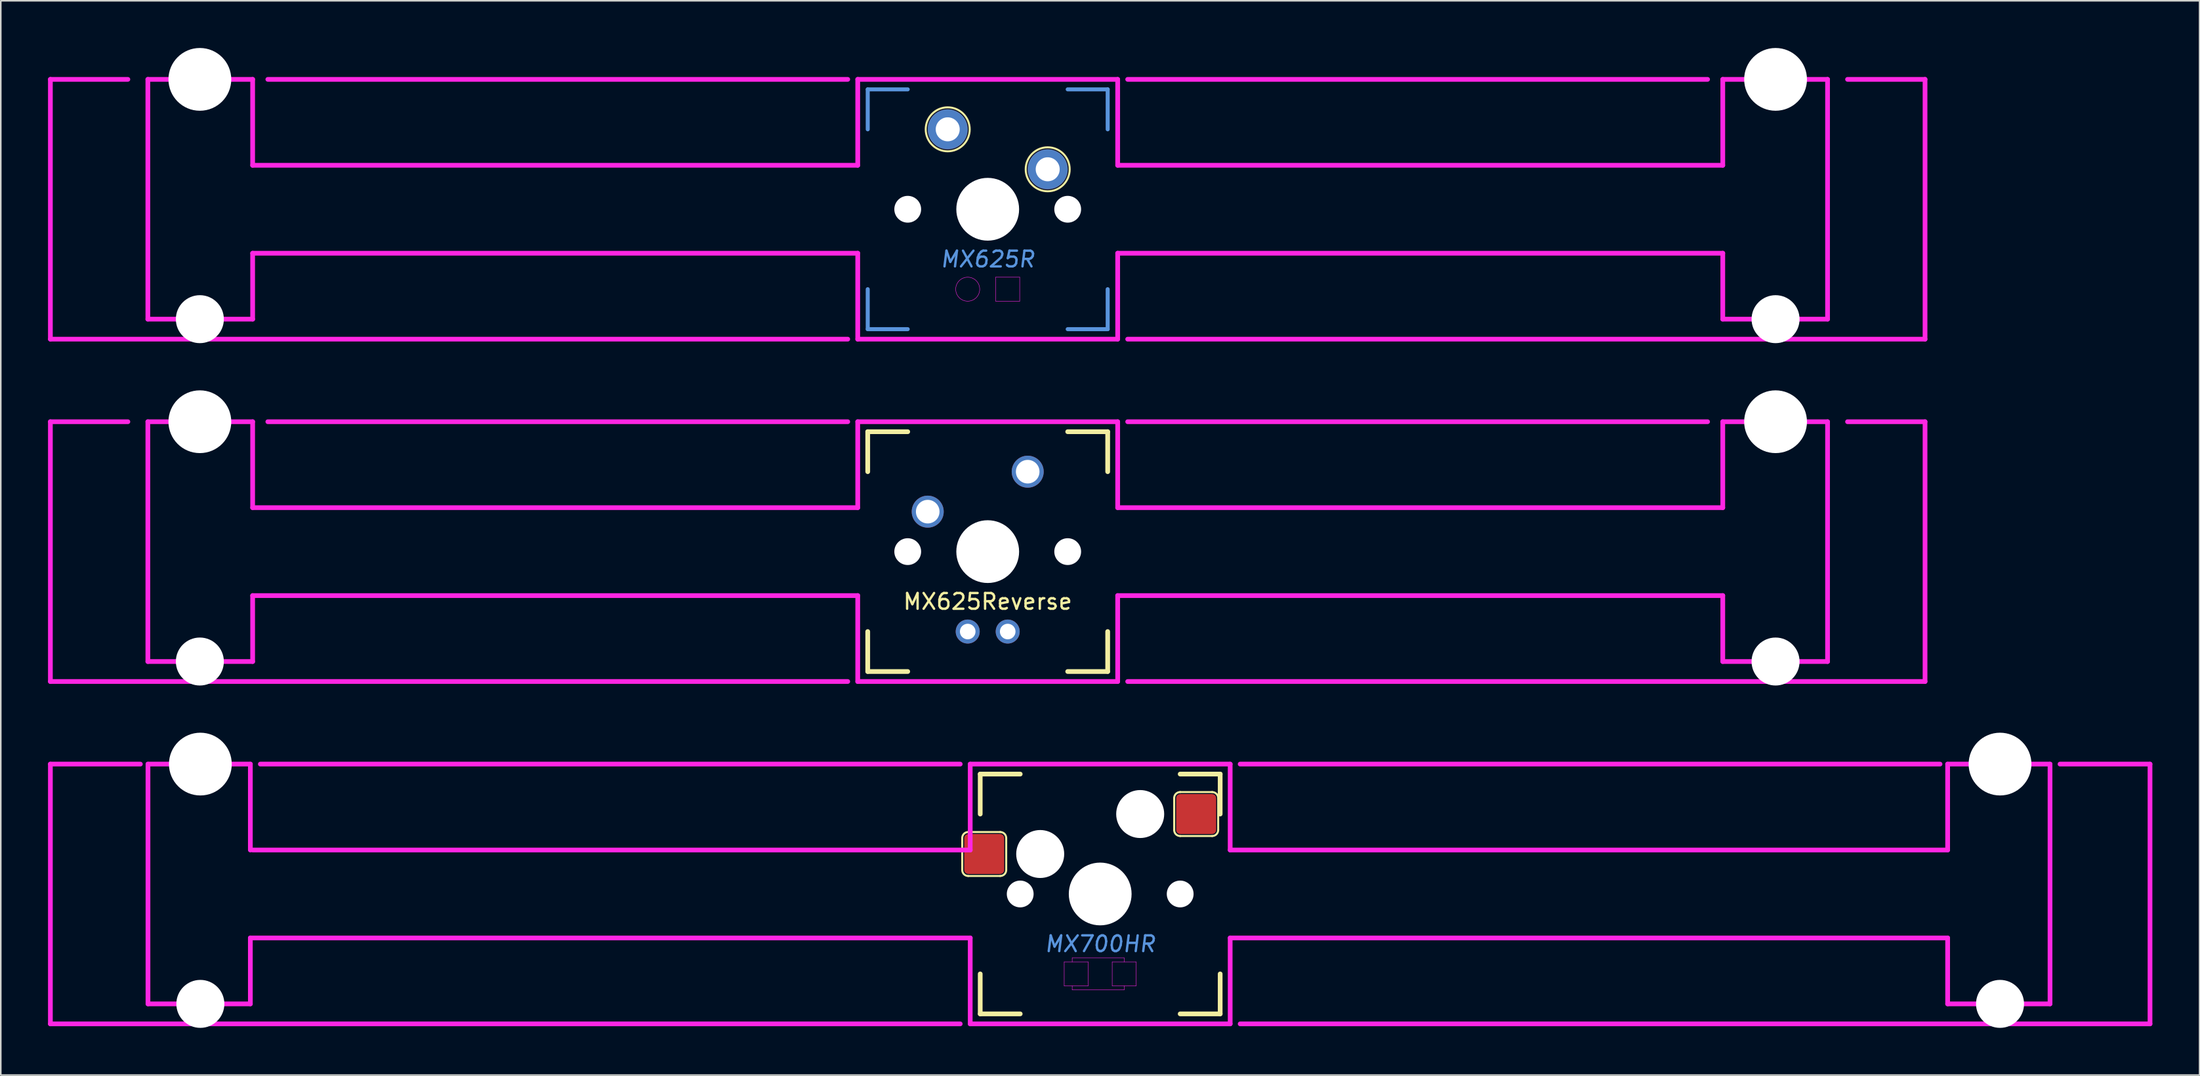
<source format=kicad_pcb>
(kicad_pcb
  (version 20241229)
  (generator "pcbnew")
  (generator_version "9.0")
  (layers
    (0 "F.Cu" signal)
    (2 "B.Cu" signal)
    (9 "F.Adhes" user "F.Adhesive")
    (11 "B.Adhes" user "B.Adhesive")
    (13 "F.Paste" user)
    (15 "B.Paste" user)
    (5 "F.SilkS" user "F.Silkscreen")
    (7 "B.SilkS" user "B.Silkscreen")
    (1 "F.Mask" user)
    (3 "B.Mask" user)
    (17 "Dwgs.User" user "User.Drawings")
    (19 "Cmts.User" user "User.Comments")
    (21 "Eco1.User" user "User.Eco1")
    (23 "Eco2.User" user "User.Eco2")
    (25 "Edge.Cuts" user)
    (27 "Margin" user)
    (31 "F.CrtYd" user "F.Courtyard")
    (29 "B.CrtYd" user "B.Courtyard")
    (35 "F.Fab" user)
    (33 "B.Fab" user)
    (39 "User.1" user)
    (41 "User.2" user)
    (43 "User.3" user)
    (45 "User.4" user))
  (footprint "MX700HR"
    (layer "F.Cu")
    (at 66.825 53.765)
    (property "Reference" "MX700HR" (at 0 3.175 0) (layer "Cmts.User") (effects (font (size 1 1) (thickness 0.15) (italic yes))))
    (attr through_hole)
    (fp_line (start -8.763 -3.556) (end -8.763 -1.524) (stroke (width 0.127) (type solid)) (layer "F.SilkS"))
    (fp_line (start -8.382 -1.143) (end -6.35 -1.143) (stroke (width 0.127) (type solid)) (layer "F.SilkS"))
    (fp_line (start -7.62 -7.62) (end -7.62 -5.08) (stroke (width 0.3) (type solid)) (layer "F.SilkS"))
    (fp_line (start -7.62 -7.62) (end -5.08 -7.62) (stroke (width 0.3) (type solid)) (layer "F.SilkS"))
    (fp_line (start -7.62 7.62) (end -7.62 5.08) (stroke (width 0.3) (type solid)) (layer "F.SilkS"))
    (fp_line (start -7.62 7.62) (end -5.08 7.62) (stroke (width 0.3) (type solid)) (layer "F.SilkS"))
    (fp_line (start -6.35 -3.937) (end -8.382 -3.937) (stroke (width 0.127) (type solid)) (layer "F.SilkS"))
    (fp_line (start -5.969 -1.524) (end -5.969 -3.556) (stroke (width 0.127) (type solid)) (layer "F.SilkS"))
    (fp_line (start 4.699 -6.096) (end 4.699 -4.064) (stroke (width 0.127) (type solid)) (layer "F.SilkS"))
    (fp_line (start 5.08 -3.683) (end 7.112 -3.683) (stroke (width 0.127) (type solid)) (layer "F.SilkS"))
    (fp_line (start 7.112 -6.477) (end 5.08 -6.477) (stroke (width 0.127) (type solid)) (layer "F.SilkS"))
    (fp_line (start 7.493 -4.064) (end 7.493 -6.096) (stroke (width 0.127) (type solid)) (layer "F.SilkS"))
    (fp_line (start 7.62 -7.62) (end 5.08 -7.62) (stroke (width 0.3) (type solid)) (layer "F.SilkS"))
    (fp_line (start 7.62 -7.62) (end 7.62 -5.08) (stroke (width 0.3) (type solid)) (layer "F.SilkS"))
    (fp_line (start 7.62 7.62) (end 5.08 7.62) (stroke (width 0.3) (type solid)) (layer "F.SilkS"))
    (fp_line (start 7.62 7.62) (end 7.62 5.08) (stroke (width 0.3) (type solid)) (layer "F.SilkS"))
    (fp_arc (start -8.763 -3.556) (mid -8.651408 -3.825408) (end -8.382 -3.937) (stroke (width 0.127) (type solid)) (layer "F.SilkS"))
    (fp_arc (start -8.382 -1.143) (mid -8.651408 -1.254592) (end -8.763 -1.524) (stroke (width 0.127) (type solid)) (layer "F.SilkS"))
    (fp_arc (start -6.35 -3.937) (mid -6.080592 -3.825408) (end -5.969 -3.556) (stroke (width 0.127) (type solid)) (layer "F.SilkS"))
    (fp_arc (start -5.969 -1.524) (mid -6.080592 -1.254592) (end -6.35 -1.143) (stroke (width 0.127) (type solid)) (layer "F.SilkS"))
    (fp_arc (start 4.699 -6.096) (mid 4.810592 -6.365408) (end 5.08 -6.477) (stroke (width 0.127) (type solid)) (layer "F.SilkS"))
    (fp_arc (start 5.08 -3.683) (mid 4.810592 -3.794592) (end 4.699 -4.064) (stroke (width 0.127) (type solid)) (layer "F.SilkS"))
    (fp_arc (start 7.112 -6.477) (mid 7.381408 -6.365408) (end 7.493 -6.096) (stroke (width 0.127) (type solid)) (layer "F.SilkS"))
    (fp_arc (start 7.493 -4.064) (mid 7.381408 -3.794592) (end 7.112 -3.683) (stroke (width 0.127) (type solid)) (layer "F.SilkS"))
    (fp_line (start -66.675 -8.255) (end -66.675 8.255) (stroke (width 0.3) (type solid)) (layer "F.CrtYd"))
    (fp_line (start -66.675 -8.255) (end -60.96 -8.255) (stroke (width 0.3) (type solid)) (layer "F.CrtYd"))
    (fp_line (start -66.675 8.255) (end -8.89 8.255) (stroke (width 0.3) (type solid)) (layer "F.CrtYd"))
    (fp_line (start -60.477 -8.255) (end -60.477 6.985) (stroke (width 0.3) (type solid)) (layer "F.CrtYd"))
    (fp_line (start -53.975 -8.255) (end -60.477 -8.255) (stroke (width 0.3) (type solid)) (layer "F.CrtYd"))
    (fp_line (start -53.975 -8.255) (end -53.975 -2.794) (stroke (width 0.3) (type solid)) (layer "F.CrtYd"))
    (fp_line (start -53.975 2.794) (end -53.975 6.985) (stroke (width 0.3) (type solid)) (layer "F.CrtYd"))
    (fp_line (start -53.975 2.794) (end -8.255 2.794) (stroke (width 0.3) (type solid)) (layer "F.CrtYd"))
    (fp_line (start -53.975 6.985) (end -60.477 6.985) (stroke (width 0.3) (type solid)) (layer "F.CrtYd"))
    (fp_line (start -53.823 -2.794) (end -8.255 -2.794) (stroke (width 0.3) (type solid)) (layer "F.CrtYd"))
    (fp_line (start -53.34 -8.255) (end -8.89 -8.255) (stroke (width 0.3) (type solid)) (layer "F.CrtYd"))
    (fp_line (start -8.255 -8.255) (end -8.255 -2.794) (stroke (width 0.3) (type solid)) (layer "F.CrtYd"))
    (fp_line (start -8.255 2.794) (end -8.255 8.255) (stroke (width 0.3) (type solid)) (layer "F.CrtYd"))
    (fp_line (start -8.255 8.255) (end 8.255 8.255) (stroke (width 0.3) (type solid)) (layer "F.CrtYd"))
    (fp_line (start -2.286 4.318) (end -0.762 4.318) (stroke (width 0.025) (type solid)) (layer "F.CrtYd"))
    (fp_line (start -2.286 5.842) (end -2.286 4.318) (stroke (width 0.025) (type solid)) (layer "F.CrtYd"))
    (fp_line (start -1.778 4.064) (end 1.524 4.064) (stroke (width 0.025) (type solid)) (layer "F.CrtYd"))
    (fp_line (start -1.778 4.318) (end -1.778 4.064) (stroke (width 0.025) (type solid)) (layer "F.CrtYd"))
    (fp_line (start -1.778 6.096) (end -1.778 5.842) (stroke (width 0.025) (type solid)) (layer "F.CrtYd"))
    (fp_line (start -0.762 4.318) (end -0.762 5.842) (stroke (width 0.025) (type solid)) (layer "F.CrtYd"))
    (fp_line (start -0.762 5.842) (end -2.286 5.842) (stroke (width 0.025) (type solid)) (layer "F.CrtYd"))
    (fp_line (start 0.762 4.318) (end 0.762 5.842) (stroke (width 0.025) (type solid)) (layer "F.CrtYd"))
    (fp_line (start 0.762 5.842) (end 2.286 5.842) (stroke (width 0.025) (type solid)) (layer "F.CrtYd"))
    (fp_line (start 1.524 4.064) (end 1.524 4.318) (stroke (width 0.025) (type solid)) (layer "F.CrtYd"))
    (fp_line (start 1.524 5.842) (end 1.524 6.096) (stroke (width 0.025) (type solid)) (layer "F.CrtYd"))
    (fp_line (start 1.524 6.096) (end -1.778 6.096) (stroke (width 0.025) (type solid)) (layer "F.CrtYd"))
    (fp_line (start 2.286 4.318) (end 0.762 4.318) (stroke (width 0.025) (type solid)) (layer "F.CrtYd"))
    (fp_line (start 2.286 5.842) (end 2.286 4.318) (stroke (width 0.025) (type solid)) (layer "F.CrtYd"))
    (fp_line (start 8.255 -8.255) (end -8.255 -8.255) (stroke (width 0.3) (type solid)) (layer "F.CrtYd"))
    (fp_line (start 8.255 -8.255) (end 8.255 -2.794) (stroke (width 0.3) (type solid)) (layer "F.CrtYd"))
    (fp_line (start 8.255 2.794) (end 8.255 8.255) (stroke (width 0.3) (type solid)) (layer "F.CrtYd"))
    (fp_line (start 8.89 8.255) (end 66.675 8.255) (stroke (width 0.3) (type solid)) (layer "F.CrtYd"))
    (fp_line (start 53.34 -8.255) (end 8.89 -8.255) (stroke (width 0.3) (type solid)) (layer "F.CrtYd"))
    (fp_line (start 53.823 -8.255) (end 53.823 -2.794) (stroke (width 0.3) (type solid)) (layer "F.CrtYd"))
    (fp_line (start 53.823 -2.794) (end 8.255 -2.794) (stroke (width 0.3) (type solid)) (layer "F.CrtYd"))
    (fp_line (start 53.823 2.794) (end 8.255 2.794) (stroke (width 0.3) (type solid)) (layer "F.CrtYd"))
    (fp_line (start 53.823 2.794) (end 53.823 6.985) (stroke (width 0.3) (type solid)) (layer "F.CrtYd"))
    (fp_line (start 60.325 -8.255) (end 53.823 -8.255) (stroke (width 0.3) (type solid)) (layer "F.CrtYd"))
    (fp_line (start 60.325 -8.255) (end 60.325 6.985) (stroke (width 0.3) (type solid)) (layer "F.CrtYd"))
    (fp_line (start 60.325 6.985) (end 53.823 6.985) (stroke (width 0.3) (type solid)) (layer "F.CrtYd"))
    (fp_line (start 60.96 -8.255) (end 66.675 -8.255) (stroke (width 0.3) (type solid)) (layer "F.CrtYd"))
    (fp_line (start 66.675 -8.255) (end 66.675 8.255) (stroke (width 0.3) (type solid)) (layer "F.CrtYd"))
    (pad "" np_thru_hole circle (at -57.15 -8.255) (size 3.988 3.988) (drill 3.988) (layers "*.Cu" "*.Mask"))
    (pad "" np_thru_hole circle (at -57.15 6.985) (size 3.048 3.048) (drill 3.048) (layers "*.Cu" "*.Mask"))
    (pad "" np_thru_hole circle (at -5.08 0) (size 1.702 1.702) (drill 1.702) (layers "*.Cu" "*.Mask"))
    (pad "" np_thru_hole circle (at -3.81 -2.54) (size 3.048 3.048) (drill 3.048) (layers "*.Cu" "*.Mask"))
    (pad "" np_thru_hole circle (at 0 0) (size 3.988 3.988) (drill 3.988) (layers "*.Cu" "*.Mask"))
    (pad "" np_thru_hole circle (at 2.54 -5.08) (size 3.048 3.048) (drill 3.048) (layers "*.Cu" "*.Mask"))
    (pad "" np_thru_hole circle (at 5.08 0) (size 1.702 1.702) (drill 1.702) (layers "*.Cu" "*.Mask"))
    (pad "" np_thru_hole circle (at 57.15 -8.255) (size 3.988 3.988) (drill 3.988) (layers "*.Cu" "*.Mask"))
    (pad "" np_thru_hole circle (at 57.15 6.985) (size 3.048 3.048) (drill 3.048) (layers "*.Cu" "*.Mask"))
    (pad "1" smd roundrect (at -7.366 -2.54) (size 2.54 2.54) (layers "F.Cu" "F.Mask" "F.Paste") (roundrect_rratio 0.1))
    (pad "2" smd roundrect (at 6.096 -5.08) (size 2.54 2.54) (layers "F.Cu" "F.Mask" "F.Paste") (roundrect_rratio 0.1)))
  (footprint "MX625Reverse"
    (layer "F.Cu")
    (at 59.681 32.007)
    (property "Reference" "MX625Reverse" (at 0 3.175 0) (layer "F.SilkS") (effects (font (size 1 1) (thickness 0.15))))
    (attr through_hole)
    (fp_line (start -7.62 -7.62) (end -7.62 -5.08) (stroke (width 0.3) (type solid)) (layer "F.SilkS"))
    (fp_line (start -7.62 -7.62) (end -5.08 -7.62) (stroke (width 0.3) (type solid)) (layer "F.SilkS"))
    (fp_line (start -7.62 7.62) (end -7.62 5.08) (stroke (width 0.3) (type solid)) (layer "F.SilkS"))
    (fp_line (start -7.62 7.62) (end -5.08 7.62) (stroke (width 0.3) (type solid)) (layer "F.SilkS"))
    (fp_line (start 7.62 -7.62) (end 5.08 -7.62) (stroke (width 0.3) (type solid)) (layer "F.SilkS"))
    (fp_line (start 7.62 -7.62) (end 7.62 -5.08) (stroke (width 0.3) (type solid)) (layer "F.SilkS"))
    (fp_line (start 7.62 7.62) (end 5.08 7.62) (stroke (width 0.3) (type solid)) (layer "F.SilkS"))
    (fp_line (start 7.62 7.62) (end 7.62 5.08) (stroke (width 0.3) (type solid)) (layer "F.SilkS"))
    (fp_line (start -59.531 -8.255) (end -59.531 8.255) (stroke (width 0.3) (type solid)) (layer "F.CrtYd"))
    (fp_line (start -59.531 -8.255) (end -54.61 -8.255) (stroke (width 0.3) (type solid)) (layer "F.CrtYd"))
    (fp_line (start -53.34 -8.255) (end -53.34 6.985) (stroke (width 0.3) (type solid)) (layer "F.CrtYd"))
    (fp_line (start -53.34 -8.255) (end -46.685 -8.255) (stroke (width 0.3) (type solid)) (layer "F.CrtYd"))
    (fp_line (start -53.34 6.985) (end -46.685 6.985) (stroke (width 0.3) (type solid)) (layer "F.CrtYd"))
    (fp_line (start -46.685 -8.255) (end -46.685 -2.794) (stroke (width 0.3) (type solid)) (layer "F.CrtYd"))
    (fp_line (start -46.685 -2.794) (end -8.255 -2.794) (stroke (width 0.3) (type solid)) (layer "F.CrtYd"))
    (fp_line (start -46.685 2.794) (end -46.685 6.985) (stroke (width 0.3) (type solid)) (layer "F.CrtYd"))
    (fp_line (start -46.685 2.794) (end -8.255 2.794) (stroke (width 0.3) (type solid)) (layer "F.CrtYd"))
    (fp_line (start -8.89 -8.255) (end -45.72 -8.255) (stroke (width 0.3) (type solid)) (layer "F.CrtYd"))
    (fp_line (start -8.89 8.255) (end -59.531 8.255) (stroke (width 0.3) (type solid)) (layer "F.CrtYd"))
    (fp_line (start -8.255 -8.255) (end -8.255 -2.794) (stroke (width 0.3) (type solid)) (layer "F.CrtYd"))
    (fp_line (start -8.255 2.794) (end -8.255 8.255) (stroke (width 0.3) (type solid)) (layer "F.CrtYd"))
    (fp_line (start -8.255 8.255) (end 8.255 8.255) (stroke (width 0.3) (type solid)) (layer "F.CrtYd"))
    (fp_line (start 8.255 -8.255) (end -8.255 -8.255) (stroke (width 0.3) (type solid)) (layer "F.CrtYd"))
    (fp_line (start 8.255 -8.255) (end 8.255 -2.794) (stroke (width 0.3) (type solid)) (layer "F.CrtYd"))
    (fp_line (start 8.255 -2.794) (end 46.685 -2.794) (stroke (width 0.3) (type solid)) (layer "F.CrtYd"))
    (fp_line (start 8.255 2.794) (end 8.255 8.255) (stroke (width 0.3) (type solid)) (layer "F.CrtYd"))
    (fp_line (start 8.255 2.794) (end 46.685 2.794) (stroke (width 0.3) (type solid)) (layer "F.CrtYd"))
    (fp_line (start 8.89 -8.255) (end 45.72 -8.255) (stroke (width 0.3) (type solid)) (layer "F.CrtYd"))
    (fp_line (start 8.89 8.255) (end 59.531 8.255) (stroke (width 0.3) (type solid)) (layer "F.CrtYd"))
    (fp_line (start 46.685 -8.255) (end 46.685 -2.794) (stroke (width 0.3) (type solid)) (layer "F.CrtYd"))
    (fp_line (start 46.685 -8.255) (end 53.34 -8.255) (stroke (width 0.3) (type solid)) (layer "F.CrtYd"))
    (fp_line (start 46.685 2.794) (end 46.685 6.985) (stroke (width 0.3) (type solid)) (layer "F.CrtYd"))
    (fp_line (start 46.685 6.985) (end 53.34 6.985) (stroke (width 0.3) (type solid)) (layer "F.CrtYd"))
    (fp_line (start 53.34 -8.255) (end 53.34 6.985) (stroke (width 0.3) (type solid)) (layer "F.CrtYd"))
    (fp_line (start 59.531 -8.255) (end 54.61 -8.255) (stroke (width 0.3) (type solid)) (layer "F.CrtYd"))
    (fp_line (start 59.531 -8.255) (end 59.531 8.255) (stroke (width 0.3) (type solid)) (layer "F.CrtYd"))
    (pad "" np_thru_hole circle (at -50.038 -8.255) (size 3.988 3.988) (drill 3.988) (layers "*.Cu" "*.Mask"))
    (pad "" np_thru_hole circle (at -50.038 6.985) (size 3.048 3.048) (drill 3.048) (layers "*.Cu" "*.Mask"))
    (pad "" np_thru_hole circle (at -5.08 0) (size 1.702 1.702) (drill 1.702) (layers "*.Cu" "*.Mask"))
    (pad "" thru_hole circle (at -3.81 -2.54) (size 2.032 2.032) (drill 1.499) (layers "*.Cu" "*.Mask"))
    (pad "" thru_hole circle (at -1.27 5.08) (size 1.524 1.524) (drill 0.991) (layers "*.Cu" "*.Mask"))
    (pad "" np_thru_hole circle (at 0 0) (size 3.988 3.988) (drill 3.988) (layers "*.Cu" "*.Mask"))
    (pad "" thru_hole circle (at 1.27 5.08) (size 1.524 1.524) (drill 0.991) (layers "*.Cu" "*.Mask"))
    (pad "" np_thru_hole circle (at 5.08 0) (size 1.702 1.702) (drill 1.702) (layers "*.Cu" "*.Mask"))
    (pad "" np_thru_hole circle (at 50.038 -8.255) (size 3.988 3.988) (drill 3.988) (layers "*.Cu" "*.Mask"))
    (pad "" np_thru_hole circle (at 50.038 6.985) (size 3.048 3.048) (drill 3.048) (layers "*.Cu" "*.Mask"))
    (pad "1" thru_hole circle (at 2.54 -5.08) (size 2.032 2.032) (drill 1.499) (layers "*.Cu" "*.Mask")))
  (footprint "MX625R"
    (layer "F.Cu")
    (at 59.681 10.249)
    (property "Reference" "MX625R" (at 0 3.175 0) (layer "Cmts.User") (effects (font (size 1 1) (thickness 0.15) (italic yes))))
    (attr through_hole)
    (fp_circle (center -2.54 -5.08) (end -1.143 -5.08) (stroke (width 0.127) (type solid)) (fill no) (layer "F.SilkS"))
    (fp_circle (center 3.81 -2.54) (end 5.207 -2.54) (stroke (width 0.127) (type solid)) (fill no) (layer "F.SilkS"))
    (fp_line (start -7.62 -7.62) (end -7.62 -5.08) (stroke (width 0.254) (type solid)) (layer "Cmts.User"))
    (fp_line (start -7.62 -7.62) (end -5.08 -7.62) (stroke (width 0.254) (type solid)) (layer "Cmts.User"))
    (fp_line (start -7.62 7.62) (end -7.62 5.08) (stroke (width 0.254) (type solid)) (layer "Cmts.User"))
    (fp_line (start -7.62 7.62) (end -5.08 7.62) (stroke (width 0.254) (type solid)) (layer "Cmts.User"))
    (fp_line (start 7.62 -7.62) (end 5.08 -7.62) (stroke (width 0.254) (type solid)) (layer "Cmts.User"))
    (fp_line (start 7.62 -7.62) (end 7.62 -5.08) (stroke (width 0.254) (type solid)) (layer "Cmts.User"))
    (fp_line (start 7.62 7.62) (end 5.08 7.62) (stroke (width 0.254) (type solid)) (layer "Cmts.User"))
    (fp_line (start 7.62 7.62) (end 7.62 5.08) (stroke (width 0.254) (type solid)) (layer "Cmts.User"))
    (fp_line (start -59.531 -8.255) (end -59.531 8.255) (stroke (width 0.3) (type solid)) (layer "F.CrtYd"))
    (fp_line (start -59.531 -8.255) (end -54.61 -8.255) (stroke (width 0.3) (type solid)) (layer "F.CrtYd"))
    (fp_line (start -53.34 -8.255) (end -53.34 6.985) (stroke (width 0.3) (type solid)) (layer "F.CrtYd"))
    (fp_line (start -53.34 -8.255) (end -46.685 -8.255) (stroke (width 0.3) (type solid)) (layer "F.CrtYd"))
    (fp_line (start -53.34 6.985) (end -46.685 6.985) (stroke (width 0.3) (type solid)) (layer "F.CrtYd"))
    (fp_line (start -46.685 -8.255) (end -46.685 -2.794) (stroke (width 0.3) (type solid)) (layer "F.CrtYd"))
    (fp_line (start -46.685 -2.794) (end -8.255 -2.794) (stroke (width 0.3) (type solid)) (layer "F.CrtYd"))
    (fp_line (start -46.685 2.794) (end -46.685 6.985) (stroke (width 0.3) (type solid)) (layer "F.CrtYd"))
    (fp_line (start -46.685 2.794) (end -8.255 2.794) (stroke (width 0.3) (type solid)) (layer "F.CrtYd"))
    (fp_line (start -8.89 -8.255) (end -45.72 -8.255) (stroke (width 0.3) (type solid)) (layer "F.CrtYd"))
    (fp_line (start -8.89 8.255) (end -59.531 8.255) (stroke (width 0.3) (type solid)) (layer "F.CrtYd"))
    (fp_line (start -8.255 -8.255) (end -8.255 -2.794) (stroke (width 0.3) (type solid)) (layer "F.CrtYd"))
    (fp_line (start -8.255 2.794) (end -8.255 8.255) (stroke (width 0.3) (type solid)) (layer "F.CrtYd"))
    (fp_line (start -8.255 8.255) (end 8.255 8.255) (stroke (width 0.3) (type solid)) (layer "F.CrtYd"))
    (fp_line (start 0.508 4.318) (end 2.032 4.318) (stroke (width 0.025) (type solid)) (layer "F.CrtYd"))
    (fp_line (start 0.508 5.842) (end 0.508 4.318) (stroke (width 0.025) (type solid)) (layer "F.CrtYd"))
    (fp_line (start 2.032 4.318) (end 2.032 5.842) (stroke (width 0.025) (type solid)) (layer "F.CrtYd"))
    (fp_line (start 2.032 5.842) (end 0.508 5.842) (stroke (width 0.025) (type solid)) (layer "F.CrtYd"))
    (fp_line (start 8.255 -8.255) (end -8.255 -8.255) (stroke (width 0.3) (type solid)) (layer "F.CrtYd"))
    (fp_line (start 8.255 -8.255) (end 8.255 -2.794) (stroke (width 0.3) (type solid)) (layer "F.CrtYd"))
    (fp_line (start 8.255 -2.794) (end 46.685 -2.794) (stroke (width 0.3) (type solid)) (layer "F.CrtYd"))
    (fp_line (start 8.255 2.794) (end 8.255 8.255) (stroke (width 0.3) (type solid)) (layer "F.CrtYd"))
    (fp_line (start 8.255 2.794) (end 46.685 2.794) (stroke (width 0.3) (type solid)) (layer "F.CrtYd"))
    (fp_line (start 8.89 -8.255) (end 45.72 -8.255) (stroke (width 0.3) (type solid)) (layer "F.CrtYd"))
    (fp_line (start 8.89 8.255) (end 59.531 8.255) (stroke (width 0.3) (type solid)) (layer "F.CrtYd"))
    (fp_line (start 46.685 -8.255) (end 46.685 -2.794) (stroke (width 0.3) (type solid)) (layer "F.CrtYd"))
    (fp_line (start 46.685 -8.255) (end 53.34 -8.255) (stroke (width 0.3) (type solid)) (layer "F.CrtYd"))
    (fp_line (start 46.685 2.794) (end 46.685 6.985) (stroke (width 0.3) (type solid)) (layer "F.CrtYd"))
    (fp_line (start 46.685 6.985) (end 53.34 6.985) (stroke (width 0.3) (type solid)) (layer "F.CrtYd"))
    (fp_line (start 53.34 -8.255) (end 53.34 6.985) (stroke (width 0.3) (type solid)) (layer "F.CrtYd"))
    (fp_line (start 59.531 -8.255) (end 54.61 -8.255) (stroke (width 0.3) (type solid)) (layer "F.CrtYd"))
    (fp_line (start 59.531 -8.255) (end 59.531 8.255) (stroke (width 0.3) (type solid)) (layer "F.CrtYd"))
    (fp_circle (center -1.27 5.08) (end -0.508 5.08) (stroke (width 0.025) (type solid)) (fill no) (layer "F.CrtYd"))
    (pad "" np_thru_hole circle (at -50.038 -8.255) (size 3.988 3.988) (drill 3.988) (layers "*.Cu" "*.Mask"))
    (pad "" np_thru_hole circle (at -50.038 6.985) (size 3.048 3.048) (drill 3.048) (layers "*.Cu" "*.Mask"))
    (pad "" np_thru_hole circle (at -5.08 0) (size 1.702 1.702) (drill 1.702) (layers "*.Cu" "*.Mask"))
    (pad "" np_thru_hole circle (at 0 0) (size 3.988 3.988) (drill 3.988) (layers "*.Cu" "*.Mask"))
    (pad "" np_thru_hole circle (at 5.08 0) (size 1.702 1.702) (drill 1.702) (layers "*.Cu" "*.Mask"))
    (pad "" np_thru_hole circle (at 50.038 -8.255) (size 3.988 3.988) (drill 3.988) (layers "*.Cu" "*.Mask"))
    (pad "" np_thru_hole circle (at 50.038 6.985) (size 3.048 3.048) (drill 3.048) (layers "*.Cu" "*.Mask"))
    (pad "1" thru_hole circle (at 3.81 -2.54) (size 2.54 2.54) (drill 1.524) (layers "*.Cu" "*.Mask"))
    (pad "2" thru_hole circle (at -2.54 -5.08) (size 2.54 2.54) (drill 1.524) (layers "*.Cu" "*.Mask")))
  (gr_rect
    (start -3 -3)
    (end 136.65 65.274)
    (stroke (width 0.1) (type default))
    (fill no)
    (layer "Edge.Cuts")))
</source>
